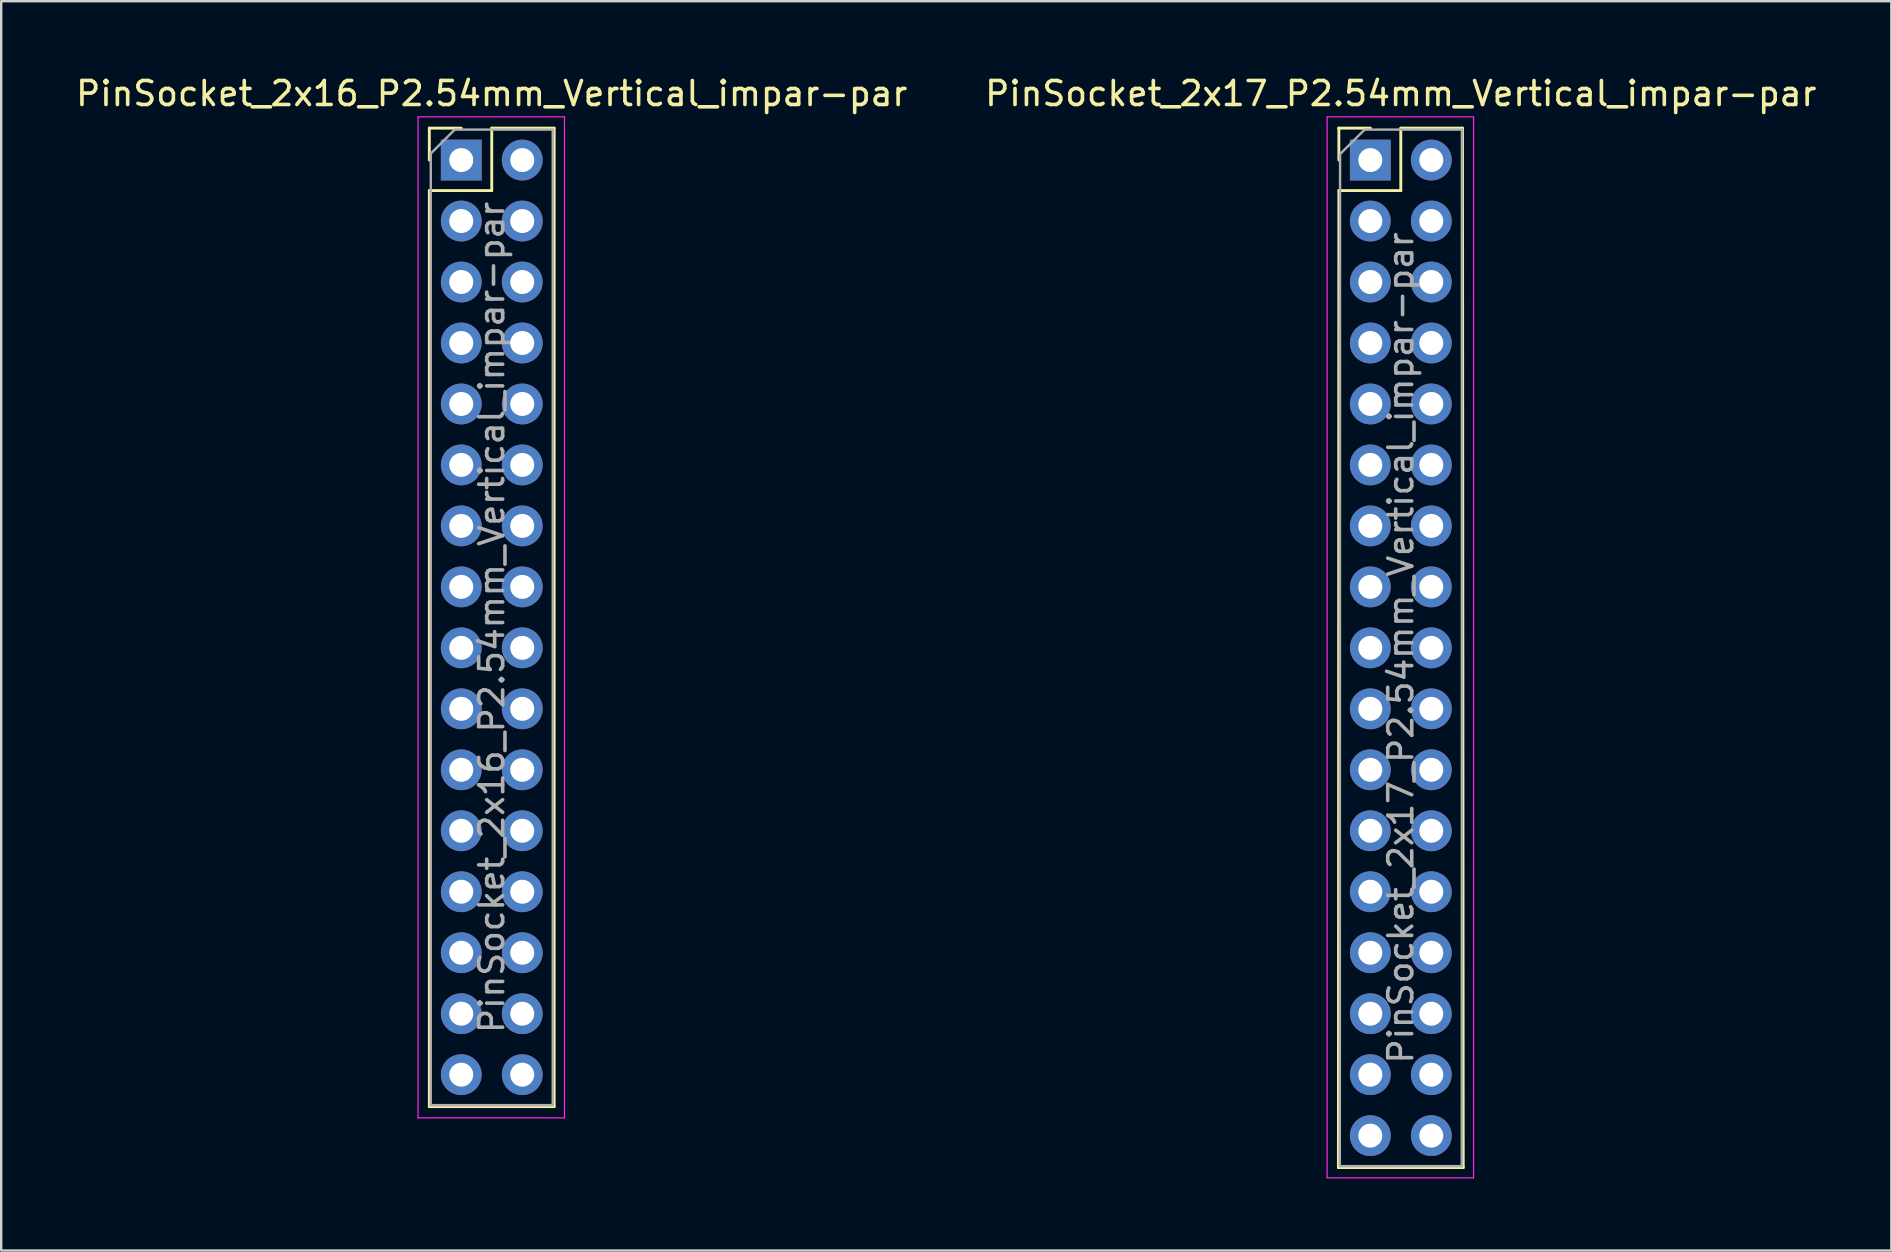
<source format=kicad_pcb>
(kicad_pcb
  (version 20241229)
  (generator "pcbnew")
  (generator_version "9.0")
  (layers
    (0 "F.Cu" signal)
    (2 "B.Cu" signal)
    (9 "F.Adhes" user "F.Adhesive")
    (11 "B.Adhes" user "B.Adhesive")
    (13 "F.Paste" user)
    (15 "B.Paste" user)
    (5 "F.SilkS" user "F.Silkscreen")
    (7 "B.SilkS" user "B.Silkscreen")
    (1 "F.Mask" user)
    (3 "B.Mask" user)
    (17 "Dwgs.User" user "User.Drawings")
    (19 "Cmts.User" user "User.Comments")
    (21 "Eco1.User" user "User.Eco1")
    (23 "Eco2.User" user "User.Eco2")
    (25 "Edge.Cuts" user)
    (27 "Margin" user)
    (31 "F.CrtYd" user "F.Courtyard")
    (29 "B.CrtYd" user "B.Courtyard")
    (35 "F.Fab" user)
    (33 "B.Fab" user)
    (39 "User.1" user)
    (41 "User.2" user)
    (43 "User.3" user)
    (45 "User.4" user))
  (footprint "PinSocket_2x17_P2.54mm_Vertical_impar-par"
    (layer "F.Cu")
    (at 54.034 3.618)
    (property "Reference" "PinSocket_2x17_P2.54mm_Vertical_impar-par" (at 1.27 -2.77 0) (layer "F.SilkS") (effects (font (size 1 1) (thickness 0.15))))
    (attr through_hole)
    (fp_line (start -1.33 41.97) (end 3.87 41.97) (stroke (width 0.12) (type solid)) (layer "F.SilkS"))
    (fp_line (start -1.325 -1.33) (end 0.005 -1.33) (stroke (width 0.12) (type solid)) (layer "F.SilkS"))
    (fp_line (start -1.31 -1.33) (end -1.31 0) (stroke (width 0.12) (type solid)) (layer "F.SilkS"))
    (fp_line (start -1.31 1.27) (end -1.33 41.97) (stroke (width 0.12) (type solid)) (layer "F.SilkS"))
    (fp_line (start -1.31 1.27) (end 1.27 1.27) (stroke (width 0.12) (type solid)) (layer "F.SilkS"))
    (fp_line (start 1.27 -1.33) (end 1.27 1.27) (stroke (width 0.12) (type solid)) (layer "F.SilkS"))
    (fp_line (start 1.27 -1.33) (end 3.84 -1.33) (stroke (width 0.12) (type solid)) (layer "F.SilkS"))
    (fp_line (start 3.84 -1.33) (end 3.87 41.97) (stroke (width 0.12) (type solid)) (layer "F.SilkS"))
    (fp_line (start -1.8 -1.8) (end 4.3 -1.8) (stroke (width 0.05) (type solid)) (layer "F.CrtYd"))
    (fp_line (start -1.8 42.4) (end -1.8 -1.8) (stroke (width 0.05) (type solid)) (layer "F.CrtYd"))
    (fp_line (start 4.3 -1.8) (end 4.3 42.4) (stroke (width 0.05) (type solid)) (layer "F.CrtYd"))
    (fp_line (start 4.3 42.4) (end -1.8 42.4) (stroke (width 0.05) (type solid)) (layer "F.CrtYd"))
    (fp_line (start -1.27 41.91) (end -1.26 -0.25) (stroke (width 0.1) (type solid)) (layer "F.Fab"))
    (fp_line (start -0.235 -1.27) (end -1.26 -0.25) (stroke (width 0.1) (type solid)) (layer "F.Fab"))
    (fp_line (start -0.235 -1.27) (end 3.815 -1.27) (stroke (width 0.1) (type solid)) (layer "F.Fab"))
    (fp_line (start 3.81 41.91) (end -1.27 41.91) (stroke (width 0.1) (type solid)) (layer "F.Fab"))
    (fp_line (start 3.815 -1.27) (end 3.81 41.91) (stroke (width 0.1) (type solid)) (layer "F.Fab"))
    (fp_text user "${REFERENCE}" (at 1.27 20.32 90) (layer "F.Fab") (effects (font (size 1 1) (thickness 0.15))))
    (pad "1" thru_hole rect (at 0 0) (size 1.7 1.7) (drill 1) (layers "*.Cu" "*.Mask"))
    (pad "2" thru_hole oval (at 2.54 0) (size 1.7 1.7) (drill 1) (layers "*.Cu" "*.Mask"))
    (pad "3" thru_hole oval (at 0 2.54) (size 1.7 1.7) (drill 1) (layers "*.Cu" "*.Mask"))
    (pad "4" thru_hole oval (at 2.54 2.54) (size 1.7 1.7) (drill 1) (layers "*.Cu" "*.Mask"))
    (pad "5" thru_hole oval (at 0 5.08) (size 1.7 1.7) (drill 1) (layers "*.Cu" "*.Mask"))
    (pad "6" thru_hole oval (at 2.54 5.08) (size 1.7 1.7) (drill 1) (layers "*.Cu" "*.Mask"))
    (pad "7" thru_hole oval (at 0 7.62) (size 1.7 1.7) (drill 1) (layers "*.Cu" "*.Mask"))
    (pad "8" thru_hole oval (at 2.54 7.62) (size 1.7 1.7) (drill 1) (layers "*.Cu" "*.Mask"))
    (pad "9" thru_hole oval (at 0 10.16) (size 1.7 1.7) (drill 1) (layers "*.Cu" "*.Mask"))
    (pad "10" thru_hole oval (at 2.54 10.16) (size 1.7 1.7) (drill 1) (layers "*.Cu" "*.Mask"))
    (pad "11" thru_hole oval (at 0 12.7) (size 1.7 1.7) (drill 1) (layers "*.Cu" "*.Mask"))
    (pad "12" thru_hole oval (at 2.54 12.7) (size 1.7 1.7) (drill 1) (layers "*.Cu" "*.Mask"))
    (pad "13" thru_hole oval (at 0 15.24) (size 1.7 1.7) (drill 1) (layers "*.Cu" "*.Mask"))
    (pad "14" thru_hole oval (at 2.54 15.24) (size 1.7 1.7) (drill 1) (layers "*.Cu" "*.Mask"))
    (pad "15" thru_hole oval (at 0 17.78) (size 1.7 1.7) (drill 1) (layers "*.Cu" "*.Mask"))
    (pad "16" thru_hole oval (at 2.54 17.78) (size 1.7 1.7) (drill 1) (layers "*.Cu" "*.Mask"))
    (pad "17" thru_hole oval (at 0 20.32) (size 1.7 1.7) (drill 1) (layers "*.Cu" "*.Mask"))
    (pad "18" thru_hole oval (at 2.54 20.32) (size 1.7 1.7) (drill 1) (layers "*.Cu" "*.Mask"))
    (pad "19" thru_hole oval (at 0 22.86) (size 1.7 1.7) (drill 1) (layers "*.Cu" "*.Mask"))
    (pad "20" thru_hole oval (at 2.54 22.86) (size 1.7 1.7) (drill 1) (layers "*.Cu" "*.Mask"))
    (pad "21" thru_hole oval (at 0 25.4) (size 1.7 1.7) (drill 1) (layers "*.Cu" "*.Mask"))
    (pad "22" thru_hole oval (at 2.54 25.4) (size 1.7 1.7) (drill 1) (layers "*.Cu" "*.Mask"))
    (pad "23" thru_hole oval (at 0 27.94) (size 1.7 1.7) (drill 1) (layers "*.Cu" "*.Mask"))
    (pad "24" thru_hole oval (at 2.54 27.94) (size 1.7 1.7) (drill 1) (layers "*.Cu" "*.Mask"))
    (pad "25" thru_hole oval (at 0 30.48) (size 1.7 1.7) (drill 1) (layers "*.Cu" "*.Mask"))
    (pad "26" thru_hole oval (at 2.54 30.48) (size 1.7 1.7) (drill 1) (layers "*.Cu" "*.Mask"))
    (pad "27" thru_hole oval (at 0 33.02) (size 1.7 1.7) (drill 1) (layers "*.Cu" "*.Mask"))
    (pad "28" thru_hole oval (at 2.54 33.02) (size 1.7 1.7) (drill 1) (layers "*.Cu" "*.Mask"))
    (pad "29" thru_hole oval (at 0 35.56) (size 1.7 1.7) (drill 1) (layers "*.Cu" "*.Mask"))
    (pad "30" thru_hole oval (at 2.54 35.56) (size 1.7 1.7) (drill 1) (layers "*.Cu" "*.Mask"))
    (pad "31" thru_hole oval (at 0 38.1) (size 1.7 1.7) (drill 1) (layers "*.Cu" "*.Mask"))
    (pad "32" thru_hole oval (at 2.54 38.1) (size 1.7 1.7) (drill 1) (layers "*.Cu" "*.Mask"))
    (pad "33" thru_hole oval (at 0 40.64) (size 1.7 1.7) (drill 1) (layers "*.Cu" "*.Mask"))
    (pad "34" thru_hole oval (at 2.54 40.64) (size 1.7 1.7) (drill 1) (layers "*.Cu" "*.Mask")))
  (footprint "PinSocket_2x16_P2.54mm_Vertical_impar-par"
    (layer "F.Cu")
    (at 16.165 3.618)
    (property "Reference" "PinSocket_2x16_P2.54mm_Vertical_impar-par" (at 1.27 -2.77 0) (layer "F.SilkS") (effects (font (size 1 1) (thickness 0.15))))
    (attr through_hole)
    (fp_line (start -1.33 -1.33) (end -1.33 0) (stroke (width 0.12) (type solid)) (layer "F.SilkS"))
    (fp_line (start -1.33 1.27) (end -1.33 39.43) (stroke (width 0.12) (type solid)) (layer "F.SilkS"))
    (fp_line (start 0 -1.33) (end -1.33 -1.33) (stroke (width 0.12) (type solid)) (layer "F.SilkS"))
    (fp_line (start 1.27 -1.33) (end 1.27 1.27) (stroke (width 0.12) (type solid)) (layer "F.SilkS"))
    (fp_line (start 1.27 1.27) (end -1.33 1.27) (stroke (width 0.12) (type solid)) (layer "F.SilkS"))
    (fp_line (start 3.87 -1.33) (end 1.27 -1.33) (stroke (width 0.12) (type solid)) (layer "F.SilkS"))
    (fp_line (start 3.87 -1.33) (end 3.87 39.43) (stroke (width 0.12) (type solid)) (layer "F.SilkS"))
    (fp_line (start 3.87 39.43) (end -1.33 39.43) (stroke (width 0.12) (type solid)) (layer "F.SilkS"))
    (fp_line (start -1.8 -1.8) (end 4.3 -1.8) (stroke (width 0.05) (type solid)) (layer "F.CrtYd"))
    (fp_line (start -1.8 39.9) (end -1.8 -1.8) (stroke (width 0.05) (type solid)) (layer "F.CrtYd"))
    (fp_line (start 4.3 -1.8) (end 4.3 39.9) (stroke (width 0.05) (type solid)) (layer "F.CrtYd"))
    (fp_line (start 4.3 39.9) (end -1.8 39.9) (stroke (width 0.05) (type solid)) (layer "F.CrtYd"))
    (fp_line (start -1.27 -0.27) (end -1.27 39.37) (stroke (width 0.1) (type solid)) (layer "F.Fab"))
    (fp_line (start -1.27 39.37) (end 3.81 39.37) (stroke (width 0.1) (type solid)) (layer "F.Fab"))
    (fp_line (start -0.27 -1.27) (end -1.27 -0.27) (stroke (width 0.1) (type solid)) (layer "F.Fab"))
    (fp_line (start 3.81 -1.27) (end -0.27 -1.27) (stroke (width 0.1) (type solid)) (layer "F.Fab"))
    (fp_line (start 3.81 39.37) (end 3.81 -1.27) (stroke (width 0.1) (type solid)) (layer "F.Fab"))
    (fp_text user "${REFERENCE}" (at 1.27 19.05 90) (layer "F.Fab") (effects (font (size 1 1) (thickness 0.15))))
    (pad "1" thru_hole rect (at 0 0) (size 1.7 1.7) (drill 1) (layers "*.Cu" "*.Mask"))
    (pad "2" thru_hole oval (at 2.54 0) (size 1.7 1.7) (drill 1) (layers "*.Cu" "*.Mask"))
    (pad "3" thru_hole oval (at 0 2.54) (size 1.7 1.7) (drill 1) (layers "*.Cu" "*.Mask"))
    (pad "4" thru_hole oval (at 2.54 2.54) (size 1.7 1.7) (drill 1) (layers "*.Cu" "*.Mask"))
    (pad "5" thru_hole oval (at 0 5.08) (size 1.7 1.7) (drill 1) (layers "*.Cu" "*.Mask"))
    (pad "6" thru_hole oval (at 2.54 5.08) (size 1.7 1.7) (drill 1) (layers "*.Cu" "*.Mask"))
    (pad "7" thru_hole oval (at 0 7.62) (size 1.7 1.7) (drill 1) (layers "*.Cu" "*.Mask"))
    (pad "8" thru_hole oval (at 2.54 7.62) (size 1.7 1.7) (drill 1) (layers "*.Cu" "*.Mask"))
    (pad "9" thru_hole oval (at 0 10.16) (size 1.7 1.7) (drill 1) (layers "*.Cu" "*.Mask"))
    (pad "10" thru_hole oval (at 2.54 10.16) (size 1.7 1.7) (drill 1) (layers "*.Cu" "*.Mask"))
    (pad "11" thru_hole oval (at 0 12.7) (size 1.7 1.7) (drill 1) (layers "*.Cu" "*.Mask"))
    (pad "12" thru_hole oval (at 2.54 12.7) (size 1.7 1.7) (drill 1) (layers "*.Cu" "*.Mask"))
    (pad "13" thru_hole oval (at 0 15.24) (size 1.7 1.7) (drill 1) (layers "*.Cu" "*.Mask"))
    (pad "14" thru_hole oval (at 2.54 15.24) (size 1.7 1.7) (drill 1) (layers "*.Cu" "*.Mask"))
    (pad "15" thru_hole oval (at 0 17.78) (size 1.7 1.7) (drill 1) (layers "*.Cu" "*.Mask"))
    (pad "16" thru_hole oval (at 2.54 17.78) (size 1.7 1.7) (drill 1) (layers "*.Cu" "*.Mask"))
    (pad "17" thru_hole oval (at 0 20.32) (size 1.7 1.7) (drill 1) (layers "*.Cu" "*.Mask"))
    (pad "18" thru_hole oval (at 2.54 20.32) (size 1.7 1.7) (drill 1) (layers "*.Cu" "*.Mask"))
    (pad "19" thru_hole oval (at 0 22.86) (size 1.7 1.7) (drill 1) (layers "*.Cu" "*.Mask"))
    (pad "20" thru_hole oval (at 2.54 22.86) (size 1.7 1.7) (drill 1) (layers "*.Cu" "*.Mask"))
    (pad "21" thru_hole oval (at 0 25.4) (size 1.7 1.7) (drill 1) (layers "*.Cu" "*.Mask"))
    (pad "22" thru_hole oval (at 2.54 25.4) (size 1.7 1.7) (drill 1) (layers "*.Cu" "*.Mask"))
    (pad "23" thru_hole oval (at 0 27.94) (size 1.7 1.7) (drill 1) (layers "*.Cu" "*.Mask"))
    (pad "24" thru_hole oval (at 2.54 27.94) (size 1.7 1.7) (drill 1) (layers "*.Cu" "*.Mask"))
    (pad "25" thru_hole oval (at 0 30.48) (size 1.7 1.7) (drill 1) (layers "*.Cu" "*.Mask"))
    (pad "26" thru_hole oval (at 2.54 30.48) (size 1.7 1.7) (drill 1) (layers "*.Cu" "*.Mask"))
    (pad "27" thru_hole oval (at 0 33.02) (size 1.7 1.7) (drill 1) (layers "*.Cu" "*.Mask"))
    (pad "28" thru_hole oval (at 2.54 33.02) (size 1.7 1.7) (drill 1) (layers "*.Cu" "*.Mask"))
    (pad "29" thru_hole oval (at 0 35.56) (size 1.7 1.7) (drill 1) (layers "*.Cu" "*.Mask"))
    (pad "30" thru_hole oval (at 2.54 35.56) (size 1.7 1.7) (drill 1) (layers "*.Cu" "*.Mask"))
    (pad "31" thru_hole oval (at 0 38.1) (size 1.7 1.7) (drill 1) (layers "*.Cu" "*.Mask"))
    (pad "32" thru_hole oval (at 2.54 38.1) (size 1.7 1.7) (drill 1) (layers "*.Cu" "*.Mask")))
  (gr_rect
    (start -3 -3)
    (end 75.738 49.043)
    (stroke (width 0.1) (type default))
    (fill no)
    (layer "Edge.Cuts")))
</source>
